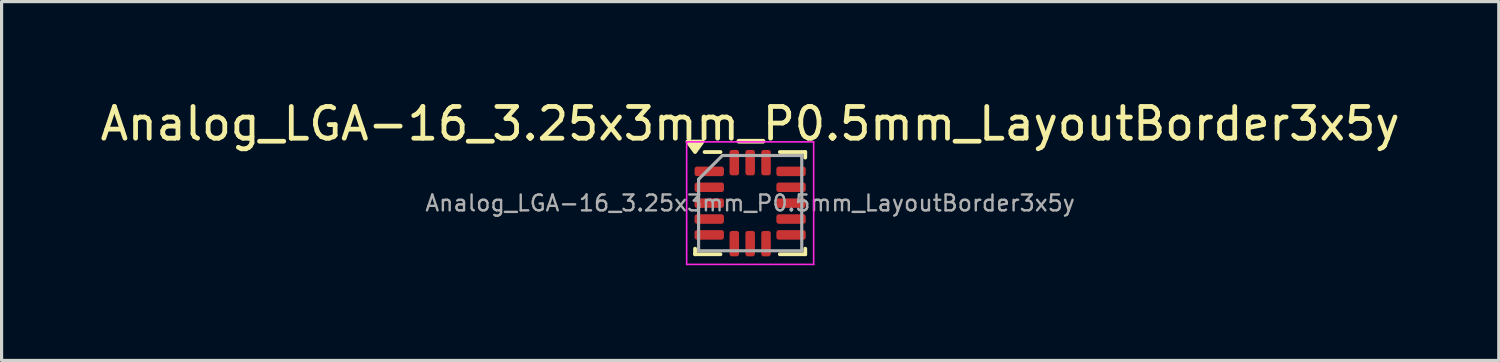
<source format=kicad_pcb>
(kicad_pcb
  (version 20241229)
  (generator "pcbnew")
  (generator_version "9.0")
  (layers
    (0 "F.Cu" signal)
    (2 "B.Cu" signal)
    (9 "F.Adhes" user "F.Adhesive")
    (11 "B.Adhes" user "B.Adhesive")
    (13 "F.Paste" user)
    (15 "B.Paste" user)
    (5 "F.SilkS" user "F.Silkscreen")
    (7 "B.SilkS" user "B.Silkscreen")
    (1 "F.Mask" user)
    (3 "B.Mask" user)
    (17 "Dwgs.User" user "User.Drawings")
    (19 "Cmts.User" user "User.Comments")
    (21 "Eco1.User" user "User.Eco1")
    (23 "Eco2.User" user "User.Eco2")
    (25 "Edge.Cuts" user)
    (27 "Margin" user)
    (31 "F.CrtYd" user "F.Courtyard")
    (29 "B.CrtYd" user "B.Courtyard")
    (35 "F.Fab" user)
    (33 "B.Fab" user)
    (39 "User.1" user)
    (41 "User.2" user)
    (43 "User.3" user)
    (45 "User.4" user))
  (footprint "Analog_LGA-16_3.25x3mm_P0.5mm_LayoutBorder3x5y"
    (layer "F.Cu")
    (at 20.577 3.348)
    (property "Reference" "Analog_LGA-16_3.25x3mm_P0.5mm_LayoutBorder3x5y" (at 0 -2.5 0) (layer "F.SilkS") (effects (font (size 1 1) (thickness 0.15))))
    (attr smd)
    (fp_line (start -1.735 1.61) (end -1.735 1.435) (stroke (width 0.12) (type solid)) (layer "F.SilkS"))
    (fp_line (start -0.935 -1.61) (end -1.435 -1.61) (stroke (width 0.12) (type solid)) (layer "F.SilkS"))
    (fp_line (start -0.935 1.61) (end -1.735 1.61) (stroke (width 0.12) (type solid)) (layer "F.SilkS"))
    (fp_line (start 0.935 -1.61) (end 1.735 -1.61) (stroke (width 0.12) (type solid)) (layer "F.SilkS"))
    (fp_line (start 0.935 1.61) (end 1.735 1.61) (stroke (width 0.12) (type solid)) (layer "F.SilkS"))
    (fp_line (start 1.735 -1.61) (end 1.735 -1.435) (stroke (width 0.12) (type solid)) (layer "F.SilkS"))
    (fp_line (start 1.735 1.61) (end 1.735 1.435) (stroke (width 0.12) (type solid)) (layer "F.SilkS"))
    (fp_poly (pts (xy -1.735 -1.61) (xy -1.975 -1.94) (xy -1.495 -1.94) (xy -1.735 -1.61)) (stroke (width 0.12) (type solid)) (fill yes) (layer "F.SilkS"))
    (fp_line (start -2 -1.93) (end -2 1.93) (stroke (width 0.05) (type solid)) (layer "F.CrtYd"))
    (fp_line (start -2 1.93) (end 2 1.93) (stroke (width 0.05) (type solid)) (layer "F.CrtYd"))
    (fp_line (start 2 -1.93) (end -2 -1.93) (stroke (width 0.05) (type solid)) (layer "F.CrtYd"))
    (fp_line (start 2 1.93) (end 2 -1.93) (stroke (width 0.05) (type solid)) (layer "F.CrtYd"))
    (fp_line (start -1.625 -0.75) (end -0.875 -1.5) (stroke (width 0.1) (type solid)) (layer "F.Fab"))
    (fp_line (start -1.625 1.5) (end -1.625 -0.75) (stroke (width 0.1) (type solid)) (layer "F.Fab"))
    (fp_line (start -0.875 -1.5) (end 1.625 -1.5) (stroke (width 0.1) (type solid)) (layer "F.Fab"))
    (fp_line (start 1.625 -1.5) (end 1.625 1.5) (stroke (width 0.1) (type solid)) (layer "F.Fab"))
    (fp_line (start 1.625 1.5) (end -1.625 1.5) (stroke (width 0.1) (type solid)) (layer "F.Fab"))
    (fp_text user "${REFERENCE}" (at 0 0 0) (layer "F.Fab") (effects (font (size 0.5 0.5) (thickness 0.075))))
    (pad "1" smd roundrect (at -1.288 -1) (size 0.925 0.3) (layers "F.Cu" "F.Mask" "F.Paste") (roundrect_rratio 0.25))
    (pad "2" smd roundrect (at -1.288 -0.5) (size 0.925 0.3) (layers "F.Cu" "F.Mask" "F.Paste") (roundrect_rratio 0.25))
    (pad "3" smd roundrect (at -1.288 0) (size 0.925 0.3) (layers "F.Cu" "F.Mask" "F.Paste") (roundrect_rratio 0.25))
    (pad "4" smd roundrect (at -1.288 0.5) (size 0.925 0.3) (layers "F.Cu" "F.Mask" "F.Paste") (roundrect_rratio 0.25))
    (pad "5" smd roundrect (at -1.288 1) (size 0.925 0.3) (layers "F.Cu" "F.Mask" "F.Paste") (roundrect_rratio 0.25))
    (pad "6" smd roundrect (at -0.5 1.275) (size 0.3 0.8) (layers "F.Cu" "F.Mask" "F.Paste") (roundrect_rratio 0.25))
    (pad "7" smd roundrect (at 0 1.275) (size 0.3 0.8) (layers "F.Cu" "F.Mask" "F.Paste") (roundrect_rratio 0.25))
    (pad "8" smd roundrect (at 0.5 1.275) (size 0.3 0.8) (layers "F.Cu" "F.Mask" "F.Paste") (roundrect_rratio 0.25))
    (pad "9" smd roundrect (at 1.288 1) (size 0.925 0.3) (layers "F.Cu" "F.Mask" "F.Paste") (roundrect_rratio 0.25))
    (pad "10" smd roundrect (at 1.288 0.5) (size 0.925 0.3) (layers "F.Cu" "F.Mask" "F.Paste") (roundrect_rratio 0.25))
    (pad "11" smd roundrect (at 1.288 0) (size 0.925 0.3) (layers "F.Cu" "F.Mask" "F.Paste") (roundrect_rratio 0.25))
    (pad "12" smd roundrect (at 1.288 -0.5) (size 0.925 0.3) (layers "F.Cu" "F.Mask" "F.Paste") (roundrect_rratio 0.25))
    (pad "13" smd roundrect (at 1.288 -1) (size 0.925 0.3) (layers "F.Cu" "F.Mask" "F.Paste") (roundrect_rratio 0.25))
    (pad "14" smd roundrect (at 0.5 -1.275) (size 0.3 0.8) (layers "F.Cu" "F.Mask" "F.Paste") (roundrect_rratio 0.25))
    (pad "15" smd roundrect (at 0 -1.275) (size 0.3 0.8) (layers "F.Cu" "F.Mask" "F.Paste") (roundrect_rratio 0.25))
    (pad "16" smd roundrect (at -0.5 -1.275) (size 0.3 0.8) (layers "F.Cu" "F.Mask" "F.Paste") (roundrect_rratio 0.25)))
  (gr_rect
    (start -3 -3)
    (end 44.155 8.303)
    (stroke (width 0.1) (type default))
    (fill no)
    (layer "Edge.Cuts")))
</source>
